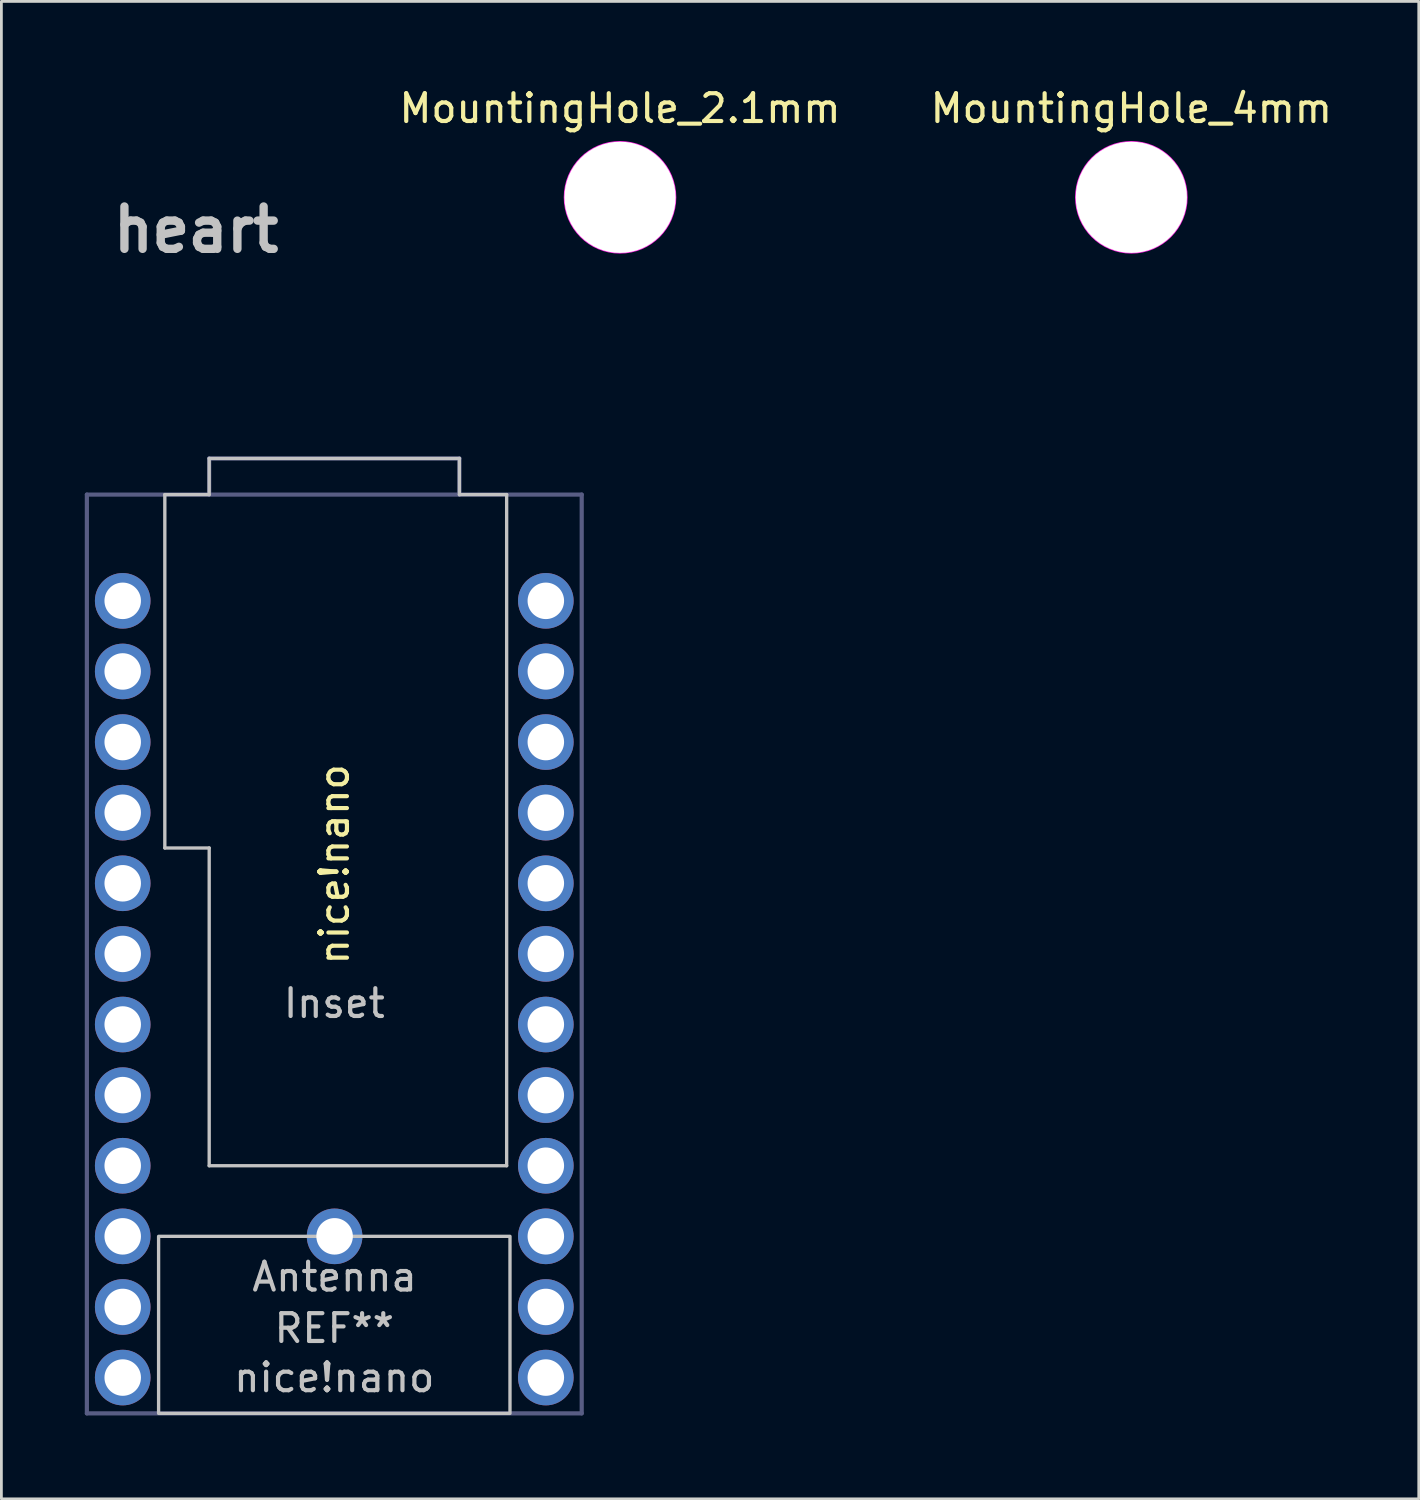
<source format=kicad_pcb>
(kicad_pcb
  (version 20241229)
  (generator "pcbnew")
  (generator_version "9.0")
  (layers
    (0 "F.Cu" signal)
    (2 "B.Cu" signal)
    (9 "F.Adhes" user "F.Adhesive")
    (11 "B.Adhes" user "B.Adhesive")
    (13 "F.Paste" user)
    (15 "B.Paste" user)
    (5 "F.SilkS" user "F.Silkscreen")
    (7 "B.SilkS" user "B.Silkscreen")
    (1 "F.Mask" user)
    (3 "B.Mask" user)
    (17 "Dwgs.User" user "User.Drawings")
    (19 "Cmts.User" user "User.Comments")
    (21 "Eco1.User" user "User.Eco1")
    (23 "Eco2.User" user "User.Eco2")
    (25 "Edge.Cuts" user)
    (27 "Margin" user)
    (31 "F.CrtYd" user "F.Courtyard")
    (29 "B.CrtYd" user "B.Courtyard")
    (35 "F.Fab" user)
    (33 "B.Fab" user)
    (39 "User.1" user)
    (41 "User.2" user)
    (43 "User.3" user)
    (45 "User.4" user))
  (footprint "heart"
    (layer "F.Cu")
    (at 4.002 5.212)
    (property "Reference" "heart" (at 0 0 0) (layer "Dwgs.User") (effects (font (size 1.524 1.524) (thickness 0.3))))
    (attr board_only exclude_from_pos_files exclude_from_bom)
    (fp_poly (pts (xy 3.564 -5.191) (xy 3.697 -5.136) (xy 3.772 -5.092) (xy 3.97 -4.917) (xy 4.106 -4.67) (xy 4.181 -4.34) (xy 4.197 -3.918) (xy 4.157 -3.393) (xy 4.121 -3.128) (xy 4.041 -2.635) (xy 3.951 -2.193) (xy 3.838 -1.756) (xy 3.691 -1.28) (xy 3.564 -0.903) (xy 3.39 -0.417) (xy 3.214 0.036) (xy 3.025 0.474) (xy 2.814 0.917) (xy 2.571 1.383) (xy 2.289 1.891) (xy 1.955 2.458) (xy 1.563 3.104) (xy 1.349 3.449) (xy 1.163 3.758) (xy 0.961 4.103) (xy 0.785 4.419) (xy 0.759 4.466) (xy 0.625 4.708) (xy 0.523 4.863) (xy 0.426 4.957) (xy 0.308 5.017) (xy 0.169 5.062) (xy -0.072 5.128) (xy -0.22 5.153) (xy -0.308 5.14) (xy -0.344 5.114) (xy -0.378 5.022) (xy -0.387 4.918) (xy -0.423 4.76) (xy -0.509 4.584) (xy -0.516 4.575) (xy -0.644 4.383) (xy -0.762 4.206) (xy -0.846 4.082) (xy -0.983 3.881) (xy -1.152 3.633) (xy -1.301 3.417) (xy -2.023 2.286) (xy -2.647 1.126) (xy -3.018 0.322) (xy -3.28 -0.322) (xy -3.506 -0.964) (xy -3.692 -1.588) (xy -3.838 -2.183) (xy -3.939 -2.733) (xy -3.995 -3.225) (xy -4.002 -3.646) (xy -4.002 -3.647) (xy -3.09 -3.647) (xy -3.078 -3.408) (xy -3.048 -3.114) (xy -3.004 -2.791) (xy -2.947 -2.462) (xy -2.881 -2.152) (xy -2.864 -2.085) (xy -2.743 -1.632) (xy -2.62 -1.221) (xy -2.482 -0.819) (xy -2.318 -0.394) (xy -2.117 0.087) (xy -1.91 0.556) (xy -1.743 0.908) (xy -1.545 1.294) (xy -1.324 1.698) (xy -1.089 2.107) (xy -0.85 2.506) (xy -0.615 2.882) (xy -0.393 3.219) (xy -0.194 3.503) (xy -0.026 3.721) (xy 0.101 3.857) (xy 0.179 3.897) (xy 0.19 3.89) (xy 0.24 3.818) (xy 0.344 3.658) (xy 0.487 3.433) (xy 0.654 3.167) (xy 0.679 3.127) (xy 1.192 2.28) (xy 1.628 1.508) (xy 1.997 0.792) (xy 2.31 0.112) (xy 2.576 -0.554) (xy 2.644 -0.741) (xy 2.845 -1.358) (xy 3.01 -1.962) (xy 3.136 -2.54) (xy 3.223 -3.078) (xy 3.27 -3.564) (xy 3.274 -3.984) (xy 3.235 -4.323) (xy 3.152 -4.57) (xy 3.023 -4.71) (xy 3.022 -4.71) (xy 2.856 -4.753) (xy 2.66 -4.71) (xy 2.417 -4.574) (xy 2.18 -4.396) (xy 1.689 -3.917) (xy 1.265 -3.332) (xy 0.911 -2.645) (xy 0.753 -2.24) (xy 0.656 -1.929) (xy 0.553 -1.528) (xy 0.449 -1.076) (xy 0.355 -0.61) (xy 0.277 -0.168) (xy 0.226 0.205) (xy 0.191 0.416) (xy 0.144 0.576) (xy 0.109 0.634) (xy 0.005 0.676) (xy -0.179 0.719) (xy -0.326 0.741) (xy -0.557 0.759) (xy -0.695 0.74) (xy -0.758 0.695) (xy -0.808 0.602) (xy -0.889 0.414) (xy -0.989 0.158) (xy -1.095 -0.132) (xy -1.206 -0.44) (xy -1.31 -0.72) (xy -1.394 -0.94) (xy -1.445 -1.064) (xy -1.511 -1.211) (xy -1.611 -1.435) (xy -1.728 -1.697) (xy -1.77 -1.792) (xy -1.95 -2.174) (xy -2.146 -2.555) (xy -2.349 -2.919) (xy -2.547 -3.248) (xy -2.73 -3.525) (xy -2.885 -3.73) (xy -3.004 -3.847) (xy -3.052 -3.868) (xy -3.083 -3.809) (xy -3.09 -3.647) (xy -4.002 -3.647) (xy -3.959 -3.982) (xy -3.862 -4.22) (xy -3.828 -4.264) (xy -3.686 -4.361) (xy -3.463 -4.456) (xy -3.204 -4.531) (xy -2.958 -4.573) (xy -2.877 -4.577) (xy -2.621 -4.515) (xy -2.342 -4.33) (xy -2.046 -4.027) (xy -1.734 -3.611) (xy -1.412 -3.085) (xy -1.143 -2.579) (xy -0.983 -2.255) (xy -0.833 -1.945) (xy -0.707 -1.681) (xy -0.622 -1.494) (xy -0.613 -1.472) (xy -0.533 -1.307) (xy -0.467 -1.21) (xy -0.441 -1.199) (xy -0.405 -1.273) (xy -0.366 -1.429) (xy -0.353 -1.499) (xy -0.233 -1.979) (xy -0.032 -2.504) (xy 0.233 -3.037) (xy 0.542 -3.542) (xy 0.877 -3.983) (xy 0.974 -4.091) (xy 1.325 -4.435) (xy 1.662 -4.688) (xy 2.027 -4.876) (xy 2.464 -5.023) (xy 2.611 -5.062) (xy 2.967 -5.149) (xy 3.226 -5.198) (xy 3.416 -5.212)) (stroke (width 0) (type solid)) (fill yes) (layer "F.Mask")))
  (footprint "MountingHole_4mm"
    (layer "F.Cu")
    (at 37.646 4.048)
    (property "Reference" "MountingHole_4mm" (at 0 -3.2 0) (layer "F.SilkS") (effects (font (size 1 1) (thickness 0.15))))
    (attr exclude_from_pos_files exclude_from_bom)
    (fp_circle (center 0 0) (end 2 0) (stroke (width 0.05) (type solid)) (fill no) (layer "F.CrtYd"))
    (pad "" np_thru_hole circle (at 0 0) (size 4 4) (drill 4) (layers "*.Cu" "*.Mask")))
  (footprint "MountingHole_2.1mm"
    (layer "F.Cu")
    (at 19.253 4.048)
    (property "Reference" "MountingHole_2.1mm" (at 0 -3.2 0) (layer "F.SilkS") (effects (font (size 1 1) (thickness 0.15))))
    (attr exclude_from_pos_files exclude_from_bom)
    (fp_circle (center 0 0) (end 2 0) (stroke (width 0.05) (type solid)) (fill no) (layer "F.CrtYd"))
    (pad "" np_thru_hole circle (at 0 0) (size 4 4) (drill 4) (layers "*.Cu" "*.Mask")))
  (footprint "nice!nano"
    (layer "F.Cu")
    (at 8.975 33.041)
    (property "Reference" "nice!nano" (at 0 -5 270) (layer "F.SilkS") (effects (font (size 1 1) (thickness 0.15))))
    (attr through_hole)
    (fp_line (start -6.096 -18.3) (end -6.096 -5.588) (stroke (width 0.12) (type solid)) (layer "Dwgs.User"))
    (fp_line (start -6.096 -5.588) (end -4.5 -5.588) (stroke (width 0.12) (type solid)) (layer "Dwgs.User"))
    (fp_line (start -4.5 -19.6) (end -4.5 -18.3) (stroke (width 0.12) (type solid)) (layer "Dwgs.User"))
    (fp_line (start -4.5 -18.3) (end -6.096 -18.3) (stroke (width 0.12) (type solid)) (layer "Dwgs.User"))
    (fp_line (start -4.5 -5.588) (end -4.5 5.842) (stroke (width 0.12) (type solid)) (layer "Dwgs.User"))
    (fp_line (start -4.5 5.842) (end 6.2 5.842) (stroke (width 0.12) (type solid)) (layer "Dwgs.User"))
    (fp_line (start 4.5 -19.6) (end -4.5 -19.6) (stroke (width 0.12) (type solid)) (layer "Dwgs.User"))
    (fp_line (start 4.5 -18.3) (end 4.5 -19.6) (stroke (width 0.12) (type solid)) (layer "Dwgs.User"))
    (fp_line (start 6.2 -18.3) (end 4.5 -18.3) (stroke (width 0.12) (type solid)) (layer "Dwgs.User"))
    (fp_line (start 6.2 5.842) (end 6.2 -18.3) (stroke (width 0.12) (type solid)) (layer "Dwgs.User"))
    (fp_rect (start -6.32 14.75) (end 6.32 8.382) (stroke (width 0.12) (type solid)) (fill no) (layer "Dwgs.User"))
    (fp_line (start -8.9 -18.3) (end -4.5 -18.299) (stroke (width 0.15) (type solid)) (layer "B.Fab"))
    (fp_line (start -8.9 14.75) (end -8.9 -18.3) (stroke (width 0.15) (type solid)) (layer "B.Fab"))
    (fp_line (start -4.5 -19.6) (end -4.5 -18.299) (stroke (width 0.15) (type solid)) (layer "B.Fab"))
    (fp_line (start -4.5 -19.6) (end 4.5 -19.6) (stroke (width 0.15) (type solid)) (layer "B.Fab"))
    (fp_line (start -4.5 -18.299) (end 4.5 -18.3) (stroke (width 0.15) (type solid)) (layer "B.Fab"))
    (fp_line (start 4.5 -19.6) (end 4.5 -18.3) (stroke (width 0.15) (type solid)) (layer "B.Fab"))
    (fp_line (start 4.5 -18.3) (end 8.9 -18.3) (stroke (width 0.15) (type solid)) (layer "B.Fab"))
    (fp_line (start 8.9 -18.3) (end 8.9 14.75) (stroke (width 0.15) (type solid)) (layer "B.Fab"))
    (fp_line (start 8.9 14.75) (end -8.9 14.75) (stroke (width 0.15) (type solid)) (layer "B.Fab"))
    (fp_text user "Antenna" (at 0.01 9.84 0) (unlocked yes) (layer "Dwgs.User") (effects (font (size 1 1) (thickness 0.15))))
    (fp_text user "REF**" (at 0 11.69 0) (unlocked yes) (layer "Dwgs.User") (effects (font (size 1 1) (thickness 0.15))))
    (fp_text user "Inset" (at 0 0 0) (unlocked yes) (layer "Dwgs.User") (effects (font (size 1 1) (thickness 0.15))))
    (fp_text user "nice!nano" (at 0 13.462 0) (unlocked yes) (layer "Dwgs.User") (effects (font (size 1 1) (thickness 0.15))))
    (pad "1" thru_hole circle (at -7.611 -14.478) (size 2 2) (drill 1.313) (layers "*.Cu" "*.Mask"))
    (pad "2" thru_hole circle (at -7.611 -11.938) (size 2 2) (drill 1.313) (layers "*.Cu" "*.Mask"))
    (pad "3" thru_hole circle (at -7.611 -9.398) (size 2 2) (drill 1.313) (layers "*.Cu" "*.Mask"))
    (pad "4" thru_hole circle (at -7.611 -6.858) (size 2 2) (drill 1.313) (layers "*.Cu" "*.Mask"))
    (pad "5" thru_hole circle (at -7.611 -4.318) (size 2 2) (drill 1.313) (layers "*.Cu" "*.Mask"))
    (pad "6" thru_hole circle (at -7.611 -1.778) (size 2 2) (drill 1.313) (layers "*.Cu" "*.Mask"))
    (pad "7" thru_hole circle (at -7.611 0.762) (size 2 2) (drill 1.313) (layers "*.Cu" "*.Mask"))
    (pad "8" thru_hole circle (at -7.611 3.302) (size 2 2) (drill 1.313) (layers "*.Cu" "*.Mask"))
    (pad "9" thru_hole circle (at -7.611 5.842) (size 2 2) (drill 1.313) (layers "*.Cu" "*.Mask"))
    (pad "10" thru_hole circle (at -7.611 8.382) (size 2 2) (drill 1.313) (layers "*.Cu" "*.Mask"))
    (pad "11" thru_hole circle (at -7.611 10.922) (size 2 2) (drill 1.313) (layers "*.Cu" "*.Mask"))
    (pad "12" thru_hole circle (at -7.611 13.462) (size 2 2) (drill 1.313) (layers "*.Cu" "*.Mask"))
    (pad "13" thru_hole circle (at 7.609 13.462) (size 2 2) (drill 1.313) (layers "*.Cu" "*.Mask"))
    (pad "14" thru_hole circle (at 7.609 10.922) (size 2 2) (drill 1.313) (layers "*.Cu" "*.Mask"))
    (pad "15" thru_hole circle (at 7.609 8.382) (size 2 2) (drill 1.313) (layers "*.Cu" "*.Mask"))
    (pad "16" thru_hole circle (at 7.609 5.842) (size 2 2) (drill 1.313) (layers "*.Cu" "*.Mask"))
    (pad "17" thru_hole circle (at 7.609 3.302) (size 2 2) (drill 1.313) (layers "*.Cu" "*.Mask"))
    (pad "18" thru_hole circle (at 7.609 0.762) (size 2 2) (drill 1.313) (layers "*.Cu" "*.Mask"))
    (pad "19" thru_hole circle (at 7.609 -1.778) (size 2 2) (drill 1.313) (layers "*.Cu" "*.Mask"))
    (pad "20" thru_hole circle (at 7.609 -4.318) (size 2 2) (drill 1.313) (layers "*.Cu" "*.Mask"))
    (pad "21" thru_hole circle (at 7.609 -6.858) (size 2 2) (drill 1.313) (layers "*.Cu" "*.Mask"))
    (pad "22" thru_hole circle (at 7.609 -9.398) (size 2 2) (drill 1.313) (layers "*.Cu" "*.Mask"))
    (pad "23" thru_hole circle (at 7.609 -11.938) (size 2 2) (drill 1.313) (layers "*.Cu" "*.Mask"))
    (pad "24" thru_hole circle (at 7.609 -14.478) (size 2 2) (drill 1.313) (layers "*.Cu" "*.Mask"))
    (pad "27" thru_hole circle (at 0.011 8.382) (size 2 2) (drill 1.313) (layers "*.Cu" "*.Mask")))
  (gr_rect
    (start -3 -3)
    (end 47.985 50.866)
    (stroke (width 0.1) (type default))
    (fill no)
    (layer "Edge.Cuts")))
</source>
